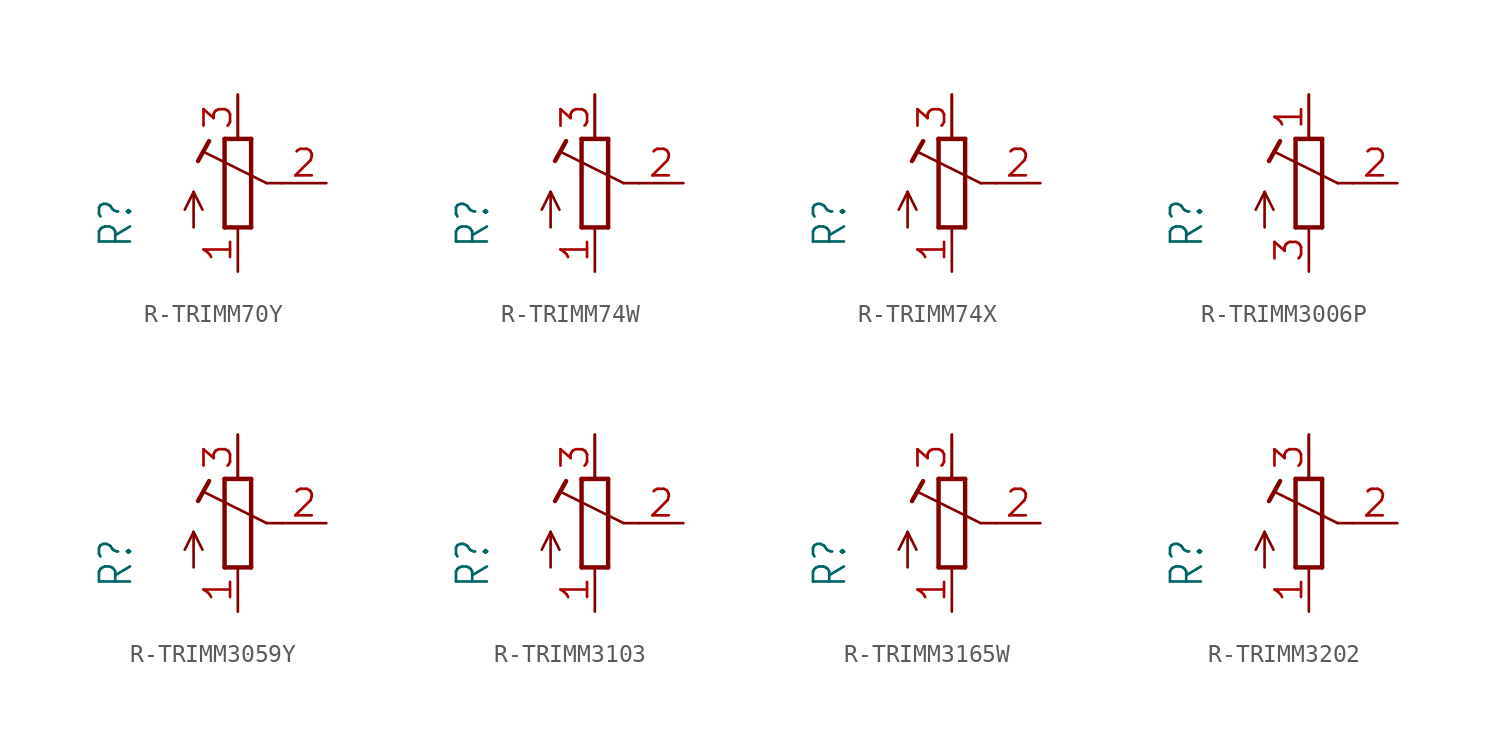
<source format=kicad_sym>
(kicad_symbol_lib
  (version 20241209)
  (generator "kicad_symbol_editor")
  (generator_version "9.0")
  (symbol "R-TRIMM70Y"
    (property "Reference" "R"
      (at -5.969 -3.81 90)
      (effects (font (size 1.778 1.511)) (justify left bottom)))
    (property "Value" ""
      (at -3.81 -3.81 90)
      (effects (font (size 1.778 1.511)) (justify left bottom)))
    (property "ki_locked" ""
      (at 0 0 0)
      (effects (font (size 1.27 1.27))))
    (symbol "R-TRIMM70Y_1_0"
      (polyline (pts (xy -2.54 -0.508) (xy -3.048 -1.524)) (stroke (width 0.152) (type solid)) (fill (type none)))
      (polyline (pts (xy -2.54 -0.508) (xy -2.032 -1.524)) (stroke (width 0.152) (type solid)) (fill (type none)))
      (polyline (pts (xy -2.54 -2.54) (xy -2.54 -0.508)) (stroke (width 0.152) (type solid)) (fill (type none)))
      (polyline (pts (xy -2.286 1.27) (xy -1.651 2.413)) (stroke (width 0.254) (type solid)) (fill (type none)))
      (polyline (pts (xy -0.762 2.54) (xy -0.762 -2.54)) (stroke (width 0.254) (type solid)) (fill (type none)))
      (polyline (pts (xy -0.762 -2.54) (xy 0.762 -2.54)) (stroke (width 0.254) (type solid)) (fill (type none)))
      (polyline (pts (xy 0 2.54) (xy -0.762 2.54)) (stroke (width 0.254) (type solid)) (fill (type none)))
      (polyline (pts (xy 0 2.54) (xy 0 5.08)) (stroke (width 0.152) (type solid)) (fill (type none)))
      (polyline (pts (xy 0.762 2.54) (xy 0 2.54)) (stroke (width 0.254) (type solid)) (fill (type none)))
      (polyline (pts (xy 0.762 -2.54) (xy 0.762 2.54)) (stroke (width 0.254) (type solid)) (fill (type none)))
      (polyline (pts (xy 1.651 0) (xy -1.88 1.753)) (stroke (width 0.152) (type solid)) (fill (type none)))
      (polyline (pts (xy 2.54 0) (xy 1.651 0)) (stroke (width 0.152) (type solid)) (fill (type none)))
      (pin passive line (at 0 5.08 270) (length 2.54) (name "E" (effects (font (size 0 0)))) (number "3" (effects (font (size 1.524 1.524)))))
      (pin passive line (at 0 -5.08 90) (length 2.54) (name "A" (effects (font (size 0 0)))) (number "1" (effects (font (size 1.524 1.524)))))
      (pin passive line (at 5.08 0 180) (length 2.54) (name "S" (effects (font (size 0 0)))) (number "2" (effects (font (size 1.524 1.524)))))))
  (symbol "R-TRIMM74W"
    (property "Reference" "R"
      (at -5.969 -3.81 90)
      (effects (font (size 1.778 1.511)) (justify left bottom)))
    (property "Value" ""
      (at -3.81 -3.81 90)
      (effects (font (size 1.778 1.511)) (justify left bottom)))
    (property "ki_locked" ""
      (at 0 0 0)
      (effects (font (size 1.27 1.27))))
    (symbol "R-TRIMM74W_1_0"
      (polyline (pts (xy -2.54 -0.508) (xy -3.048 -1.524)) (stroke (width 0.152) (type solid)) (fill (type none)))
      (polyline (pts (xy -2.54 -0.508) (xy -2.032 -1.524)) (stroke (width 0.152) (type solid)) (fill (type none)))
      (polyline (pts (xy -2.54 -2.54) (xy -2.54 -0.508)) (stroke (width 0.152) (type solid)) (fill (type none)))
      (polyline (pts (xy -2.286 1.27) (xy -1.651 2.413)) (stroke (width 0.254) (type solid)) (fill (type none)))
      (polyline (pts (xy -0.762 2.54) (xy -0.762 -2.54)) (stroke (width 0.254) (type solid)) (fill (type none)))
      (polyline (pts (xy -0.762 -2.54) (xy 0.762 -2.54)) (stroke (width 0.254) (type solid)) (fill (type none)))
      (polyline (pts (xy 0 2.54) (xy -0.762 2.54)) (stroke (width 0.254) (type solid)) (fill (type none)))
      (polyline (pts (xy 0 2.54) (xy 0 5.08)) (stroke (width 0.152) (type solid)) (fill (type none)))
      (polyline (pts (xy 0.762 2.54) (xy 0 2.54)) (stroke (width 0.254) (type solid)) (fill (type none)))
      (polyline (pts (xy 0.762 -2.54) (xy 0.762 2.54)) (stroke (width 0.254) (type solid)) (fill (type none)))
      (polyline (pts (xy 1.651 0) (xy -1.88 1.753)) (stroke (width 0.152) (type solid)) (fill (type none)))
      (polyline (pts (xy 2.54 0) (xy 1.651 0)) (stroke (width 0.152) (type solid)) (fill (type none)))
      (pin passive line (at 0 5.08 270) (length 2.54) (name "E" (effects (font (size 0 0)))) (number "3" (effects (font (size 1.524 1.524)))))
      (pin passive line (at 0 -5.08 90) (length 2.54) (name "A" (effects (font (size 0 0)))) (number "1" (effects (font (size 1.524 1.524)))))
      (pin passive line (at 5.08 0 180) (length 2.54) (name "S" (effects (font (size 0 0)))) (number "2" (effects (font (size 1.524 1.524)))))))
  (symbol "R-TRIMM74X"
    (property "Reference" "R"
      (at -5.969 -3.81 90)
      (effects (font (size 1.778 1.511)) (justify left bottom)))
    (property "Value" ""
      (at -3.81 -3.81 90)
      (effects (font (size 1.778 1.511)) (justify left bottom)))
    (property "ki_locked" ""
      (at 0 0 0)
      (effects (font (size 1.27 1.27))))
    (symbol "R-TRIMM74X_1_0"
      (polyline (pts (xy -2.54 -0.508) (xy -3.048 -1.524)) (stroke (width 0.152) (type solid)) (fill (type none)))
      (polyline (pts (xy -2.54 -0.508) (xy -2.032 -1.524)) (stroke (width 0.152) (type solid)) (fill (type none)))
      (polyline (pts (xy -2.54 -2.54) (xy -2.54 -0.508)) (stroke (width 0.152) (type solid)) (fill (type none)))
      (polyline (pts (xy -2.286 1.27) (xy -1.651 2.413)) (stroke (width 0.254) (type solid)) (fill (type none)))
      (polyline (pts (xy -0.762 2.54) (xy -0.762 -2.54)) (stroke (width 0.254) (type solid)) (fill (type none)))
      (polyline (pts (xy -0.762 -2.54) (xy 0.762 -2.54)) (stroke (width 0.254) (type solid)) (fill (type none)))
      (polyline (pts (xy 0 2.54) (xy -0.762 2.54)) (stroke (width 0.254) (type solid)) (fill (type none)))
      (polyline (pts (xy 0 2.54) (xy 0 5.08)) (stroke (width 0.152) (type solid)) (fill (type none)))
      (polyline (pts (xy 0.762 2.54) (xy 0 2.54)) (stroke (width 0.254) (type solid)) (fill (type none)))
      (polyline (pts (xy 0.762 -2.54) (xy 0.762 2.54)) (stroke (width 0.254) (type solid)) (fill (type none)))
      (polyline (pts (xy 1.651 0) (xy -1.88 1.753)) (stroke (width 0.152) (type solid)) (fill (type none)))
      (polyline (pts (xy 2.54 0) (xy 1.651 0)) (stroke (width 0.152) (type solid)) (fill (type none)))
      (pin passive line (at 0 5.08 270) (length 2.54) (name "E" (effects (font (size 0 0)))) (number "3" (effects (font (size 1.524 1.524)))))
      (pin passive line (at 0 -5.08 90) (length 2.54) (name "A" (effects (font (size 0 0)))) (number "1" (effects (font (size 1.524 1.524)))))
      (pin passive line (at 5.08 0 180) (length 2.54) (name "S" (effects (font (size 0 0)))) (number "2" (effects (font (size 1.524 1.524)))))))
  (symbol "R-TRIMM3006P"
    (property "Reference" "R"
      (at -5.969 -3.81 90)
      (effects (font (size 1.778 1.511)) (justify left bottom)))
    (property "Value" ""
      (at -3.81 -3.81 90)
      (effects (font (size 1.778 1.511)) (justify left bottom)))
    (property "ki_locked" ""
      (at 0 0 0)
      (effects (font (size 1.27 1.27))))
    (symbol "R-TRIMM3006P_1_0"
      (polyline (pts (xy -2.54 -0.508) (xy -3.048 -1.524)) (stroke (width 0.152) (type solid)) (fill (type none)))
      (polyline (pts (xy -2.54 -0.508) (xy -2.032 -1.524)) (stroke (width 0.152) (type solid)) (fill (type none)))
      (polyline (pts (xy -2.54 -2.54) (xy -2.54 -0.508)) (stroke (width 0.152) (type solid)) (fill (type none)))
      (polyline (pts (xy -2.286 1.27) (xy -1.651 2.413)) (stroke (width 0.254) (type solid)) (fill (type none)))
      (polyline (pts (xy -0.762 2.54) (xy -0.762 -2.54)) (stroke (width 0.254) (type solid)) (fill (type none)))
      (polyline (pts (xy -0.762 -2.54) (xy 0.762 -2.54)) (stroke (width 0.254) (type solid)) (fill (type none)))
      (polyline (pts (xy 0 2.54) (xy -0.762 2.54)) (stroke (width 0.254) (type solid)) (fill (type none)))
      (polyline (pts (xy 0 2.54) (xy 0 5.08)) (stroke (width 0.152) (type solid)) (fill (type none)))
      (polyline (pts (xy 0.762 2.54) (xy 0 2.54)) (stroke (width 0.254) (type solid)) (fill (type none)))
      (polyline (pts (xy 0.762 -2.54) (xy 0.762 2.54)) (stroke (width 0.254) (type solid)) (fill (type none)))
      (polyline (pts (xy 1.651 0) (xy -1.88 1.753)) (stroke (width 0.152) (type solid)) (fill (type none)))
      (polyline (pts (xy 2.54 0) (xy 1.651 0)) (stroke (width 0.152) (type solid)) (fill (type none)))
      (pin passive line (at 0 5.08 270) (length 2.54) (name "E" (effects (font (size 0 0)))) (number "1" (effects (font (size 1.524 1.524)))))
      (pin passive line (at 0 -5.08 90) (length 2.54) (name "A" (effects (font (size 0 0)))) (number "3" (effects (font (size 1.524 1.524)))))
      (pin passive line (at 5.08 0 180) (length 2.54) (name "S" (effects (font (size 0 0)))) (number "2" (effects (font (size 1.524 1.524)))))))
  (symbol "R-TRIMM3059Y"
    (property "Reference" "R"
      (at -5.969 -3.81 90)
      (effects (font (size 1.778 1.511)) (justify left bottom)))
    (property "Value" ""
      (at -3.81 -3.81 90)
      (effects (font (size 1.778 1.511)) (justify left bottom)))
    (property "ki_locked" ""
      (at 0 0 0)
      (effects (font (size 1.27 1.27))))
    (symbol "R-TRIMM3059Y_1_0"
      (polyline (pts (xy -2.54 -0.508) (xy -3.048 -1.524)) (stroke (width 0.152) (type solid)) (fill (type none)))
      (polyline (pts (xy -2.54 -0.508) (xy -2.032 -1.524)) (stroke (width 0.152) (type solid)) (fill (type none)))
      (polyline (pts (xy -2.54 -2.54) (xy -2.54 -0.508)) (stroke (width 0.152) (type solid)) (fill (type none)))
      (polyline (pts (xy -2.286 1.27) (xy -1.651 2.413)) (stroke (width 0.254) (type solid)) (fill (type none)))
      (polyline (pts (xy -0.762 2.54) (xy -0.762 -2.54)) (stroke (width 0.254) (type solid)) (fill (type none)))
      (polyline (pts (xy -0.762 -2.54) (xy 0.762 -2.54)) (stroke (width 0.254) (type solid)) (fill (type none)))
      (polyline (pts (xy 0 2.54) (xy -0.762 2.54)) (stroke (width 0.254) (type solid)) (fill (type none)))
      (polyline (pts (xy 0 2.54) (xy 0 5.08)) (stroke (width 0.152) (type solid)) (fill (type none)))
      (polyline (pts (xy 0.762 2.54) (xy 0 2.54)) (stroke (width 0.254) (type solid)) (fill (type none)))
      (polyline (pts (xy 0.762 -2.54) (xy 0.762 2.54)) (stroke (width 0.254) (type solid)) (fill (type none)))
      (polyline (pts (xy 1.651 0) (xy -1.88 1.753)) (stroke (width 0.152) (type solid)) (fill (type none)))
      (polyline (pts (xy 2.54 0) (xy 1.651 0)) (stroke (width 0.152) (type solid)) (fill (type none)))
      (pin passive line (at 0 5.08 270) (length 2.54) (name "E" (effects (font (size 0 0)))) (number "3" (effects (font (size 1.524 1.524)))))
      (pin passive line (at 0 -5.08 90) (length 2.54) (name "A" (effects (font (size 0 0)))) (number "1" (effects (font (size 1.524 1.524)))))
      (pin passive line (at 5.08 0 180) (length 2.54) (name "S" (effects (font (size 0 0)))) (number "2" (effects (font (size 1.524 1.524)))))))
  (symbol "R-TRIMM3103"
    (property "Reference" "R"
      (at -5.969 -3.81 90)
      (effects (font (size 1.778 1.511)) (justify left bottom)))
    (property "Value" ""
      (at -3.81 -3.81 90)
      (effects (font (size 1.778 1.511)) (justify left bottom)))
    (property "ki_locked" ""
      (at 0 0 0)
      (effects (font (size 1.27 1.27))))
    (symbol "R-TRIMM3103_1_0"
      (polyline (pts (xy -2.54 -0.508) (xy -3.048 -1.524)) (stroke (width 0.152) (type solid)) (fill (type none)))
      (polyline (pts (xy -2.54 -0.508) (xy -2.032 -1.524)) (stroke (width 0.152) (type solid)) (fill (type none)))
      (polyline (pts (xy -2.54 -2.54) (xy -2.54 -0.508)) (stroke (width 0.152) (type solid)) (fill (type none)))
      (polyline (pts (xy -2.286 1.27) (xy -1.651 2.413)) (stroke (width 0.254) (type solid)) (fill (type none)))
      (polyline (pts (xy -0.762 2.54) (xy -0.762 -2.54)) (stroke (width 0.254) (type solid)) (fill (type none)))
      (polyline (pts (xy -0.762 -2.54) (xy 0.762 -2.54)) (stroke (width 0.254) (type solid)) (fill (type none)))
      (polyline (pts (xy 0 2.54) (xy -0.762 2.54)) (stroke (width 0.254) (type solid)) (fill (type none)))
      (polyline (pts (xy 0 2.54) (xy 0 5.08)) (stroke (width 0.152) (type solid)) (fill (type none)))
      (polyline (pts (xy 0.762 2.54) (xy 0 2.54)) (stroke (width 0.254) (type solid)) (fill (type none)))
      (polyline (pts (xy 0.762 -2.54) (xy 0.762 2.54)) (stroke (width 0.254) (type solid)) (fill (type none)))
      (polyline (pts (xy 1.651 0) (xy -1.88 1.753)) (stroke (width 0.152) (type solid)) (fill (type none)))
      (polyline (pts (xy 2.54 0) (xy 1.651 0)) (stroke (width 0.152) (type solid)) (fill (type none)))
      (pin passive line (at 0 5.08 270) (length 2.54) (name "E" (effects (font (size 0 0)))) (number "3" (effects (font (size 1.524 1.524)))))
      (pin passive line (at 0 -5.08 90) (length 2.54) (name "A" (effects (font (size 0 0)))) (number "1" (effects (font (size 1.524 1.524)))))
      (pin passive line (at 5.08 0 180) (length 2.54) (name "S" (effects (font (size 0 0)))) (number "2" (effects (font (size 1.524 1.524)))))))
  (symbol "R-TRIMM3165W"
    (property "Reference" "R"
      (at -5.969 -3.81 90)
      (effects (font (size 1.778 1.511)) (justify left bottom)))
    (property "Value" ""
      (at -3.81 -3.81 90)
      (effects (font (size 1.778 1.511)) (justify left bottom)))
    (property "ki_locked" ""
      (at 0 0 0)
      (effects (font (size 1.27 1.27))))
    (symbol "R-TRIMM3165W_1_0"
      (polyline (pts (xy -2.54 -0.508) (xy -3.048 -1.524)) (stroke (width 0.152) (type solid)) (fill (type none)))
      (polyline (pts (xy -2.54 -0.508) (xy -2.032 -1.524)) (stroke (width 0.152) (type solid)) (fill (type none)))
      (polyline (pts (xy -2.54 -2.54) (xy -2.54 -0.508)) (stroke (width 0.152) (type solid)) (fill (type none)))
      (polyline (pts (xy -2.286 1.27) (xy -1.651 2.413)) (stroke (width 0.254) (type solid)) (fill (type none)))
      (polyline (pts (xy -0.762 2.54) (xy -0.762 -2.54)) (stroke (width 0.254) (type solid)) (fill (type none)))
      (polyline (pts (xy -0.762 -2.54) (xy 0.762 -2.54)) (stroke (width 0.254) (type solid)) (fill (type none)))
      (polyline (pts (xy 0 2.54) (xy -0.762 2.54)) (stroke (width 0.254) (type solid)) (fill (type none)))
      (polyline (pts (xy 0 2.54) (xy 0 5.08)) (stroke (width 0.152) (type solid)) (fill (type none)))
      (polyline (pts (xy 0.762 2.54) (xy 0 2.54)) (stroke (width 0.254) (type solid)) (fill (type none)))
      (polyline (pts (xy 0.762 -2.54) (xy 0.762 2.54)) (stroke (width 0.254) (type solid)) (fill (type none)))
      (polyline (pts (xy 1.651 0) (xy -1.88 1.753)) (stroke (width 0.152) (type solid)) (fill (type none)))
      (polyline (pts (xy 2.54 0) (xy 1.651 0)) (stroke (width 0.152) (type solid)) (fill (type none)))
      (pin passive line (at 0 5.08 270) (length 2.54) (name "E" (effects (font (size 0 0)))) (number "3" (effects (font (size 1.524 1.524)))))
      (pin passive line (at 0 -5.08 90) (length 2.54) (name "A" (effects (font (size 0 0)))) (number "1" (effects (font (size 1.524 1.524)))))
      (pin passive line (at 5.08 0 180) (length 2.54) (name "S" (effects (font (size 0 0)))) (number "2" (effects (font (size 1.524 1.524)))))))
  (symbol "R-TRIMM3202"
    (property "Reference" "R"
      (at -5.969 -3.81 90)
      (effects (font (size 1.778 1.511)) (justify left bottom)))
    (property "Value" ""
      (at -3.81 -3.81 90)
      (effects (font (size 1.778 1.511)) (justify left bottom)))
    (property "ki_locked" ""
      (at 0 0 0)
      (effects (font (size 1.27 1.27))))
    (symbol "R-TRIMM3202_1_0"
      (polyline (pts (xy -2.54 -0.508) (xy -3.048 -1.524)) (stroke (width 0.152) (type solid)) (fill (type none)))
      (polyline (pts (xy -2.54 -0.508) (xy -2.032 -1.524)) (stroke (width 0.152) (type solid)) (fill (type none)))
      (polyline (pts (xy -2.54 -2.54) (xy -2.54 -0.508)) (stroke (width 0.152) (type solid)) (fill (type none)))
      (polyline (pts (xy -2.286 1.27) (xy -1.651 2.413)) (stroke (width 0.254) (type solid)) (fill (type none)))
      (polyline (pts (xy -0.762 2.54) (xy -0.762 -2.54)) (stroke (width 0.254) (type solid)) (fill (type none)))
      (polyline (pts (xy -0.762 -2.54) (xy 0.762 -2.54)) (stroke (width 0.254) (type solid)) (fill (type none)))
      (polyline (pts (xy 0 2.54) (xy -0.762 2.54)) (stroke (width 0.254) (type solid)) (fill (type none)))
      (polyline (pts (xy 0 2.54) (xy 0 5.08)) (stroke (width 0.152) (type solid)) (fill (type none)))
      (polyline (pts (xy 0.762 2.54) (xy 0 2.54)) (stroke (width 0.254) (type solid)) (fill (type none)))
      (polyline (pts (xy 0.762 -2.54) (xy 0.762 2.54)) (stroke (width 0.254) (type solid)) (fill (type none)))
      (polyline (pts (xy 1.651 0) (xy -1.88 1.753)) (stroke (width 0.152) (type solid)) (fill (type none)))
      (polyline (pts (xy 2.54 0) (xy 1.651 0)) (stroke (width 0.152) (type solid)) (fill (type none)))
      (pin passive line (at 0 5.08 270) (length 2.54) (name "E" (effects (font (size 0 0)))) (number "3" (effects (font (size 1.524 1.524)))))
      (pin passive line (at 0 -5.08 90) (length 2.54) (name "A" (effects (font (size 0 0)))) (number "1" (effects (font (size 1.524 1.524)))))
      (pin passive line (at 5.08 0 180) (length 2.54) (name "S" (effects (font (size 0 0)))) (number "2" (effects (font (size 1.524 1.524))))))))
</source>
